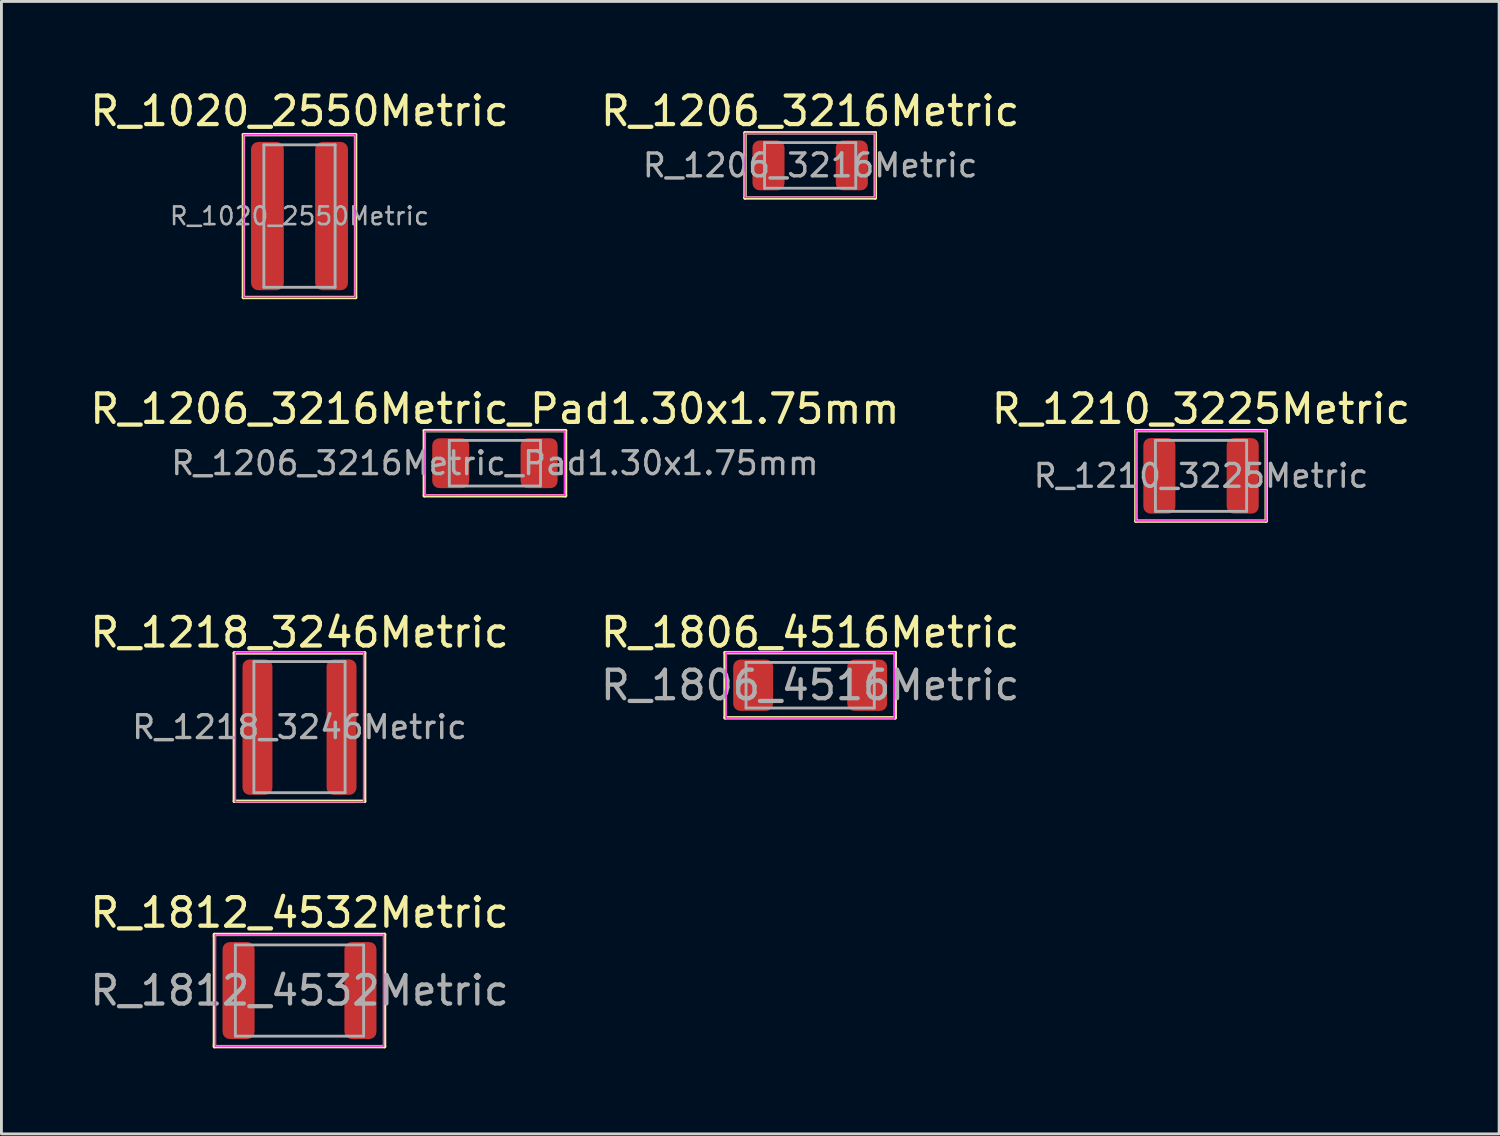
<source format=kicad_pcb>
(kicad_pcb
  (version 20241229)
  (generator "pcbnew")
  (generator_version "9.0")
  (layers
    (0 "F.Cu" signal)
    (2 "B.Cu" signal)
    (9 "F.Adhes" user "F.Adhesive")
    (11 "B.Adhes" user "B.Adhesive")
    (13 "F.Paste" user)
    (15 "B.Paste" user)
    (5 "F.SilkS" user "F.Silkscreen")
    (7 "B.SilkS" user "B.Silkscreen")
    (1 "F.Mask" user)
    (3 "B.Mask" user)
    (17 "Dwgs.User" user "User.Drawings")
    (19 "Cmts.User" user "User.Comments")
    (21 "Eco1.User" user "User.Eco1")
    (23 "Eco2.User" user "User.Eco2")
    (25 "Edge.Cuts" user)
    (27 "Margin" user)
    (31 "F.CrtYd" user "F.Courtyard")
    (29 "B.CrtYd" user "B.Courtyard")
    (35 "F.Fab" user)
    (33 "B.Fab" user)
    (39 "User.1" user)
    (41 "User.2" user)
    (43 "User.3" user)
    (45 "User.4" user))
  (footprint "R_1206_3216Metric"
    (layer "F.Cu")
    (at 25.375 2.753)
    (property "Reference" "R_1206_3216Metric" (at 0 -1.905 0) (layer "F.SilkS") (effects (font (size 1 1) (thickness 0.15))))
    (attr smd)
    (fp_line (start -2.286 -1.143) (end -2.286 1.143) (stroke (width 0.12) (type solid)) (layer "F.SilkS"))
    (fp_line (start -2.286 1.143) (end 2.286 1.143) (stroke (width 0.12) (type solid)) (layer "F.SilkS"))
    (fp_line (start 2.286 -1.143) (end -2.286 -1.143) (stroke (width 0.12) (type solid)) (layer "F.SilkS"))
    (fp_line (start 2.286 1.143) (end 2.286 -1.143) (stroke (width 0.12) (type solid)) (layer "F.SilkS"))
    (fp_line (start -2.28 -1.12) (end 2.28 -1.12) (stroke (width 0.05) (type solid)) (layer "F.CrtYd"))
    (fp_line (start -2.28 1.12) (end -2.28 -1.12) (stroke (width 0.05) (type solid)) (layer "F.CrtYd"))
    (fp_line (start 2.28 -1.12) (end 2.28 1.12) (stroke (width 0.05) (type solid)) (layer "F.CrtYd"))
    (fp_line (start 2.28 1.12) (end -2.28 1.12) (stroke (width 0.05) (type solid)) (layer "F.CrtYd"))
    (fp_line (start -1.6 -0.8) (end 1.6 -0.8) (stroke (width 0.1) (type solid)) (layer "F.Fab"))
    (fp_line (start -1.6 0.8) (end -1.6 -0.8) (stroke (width 0.1) (type solid)) (layer "F.Fab"))
    (fp_line (start 1.6 -0.8) (end 1.6 0.8) (stroke (width 0.1) (type solid)) (layer "F.Fab"))
    (fp_line (start 1.6 0.8) (end -1.6 0.8) (stroke (width 0.1) (type solid)) (layer "F.Fab"))
    (fp_text user "${REFERENCE}" (at 0 0 0) (layer "F.Fab") (effects (font (size 0.8 0.8) (thickness 0.12))))
    (pad "1" smd roundrect (at -1.462 0) (size 1.125 1.75) (layers "F.Cu" "F.Mask" "F.Paste") (roundrect_rratio 0.222))
    (pad "2" smd roundrect (at 1.462 0) (size 1.125 1.75) (layers "F.Cu" "F.Mask" "F.Paste") (roundrect_rratio 0.222)))
  (footprint "R_1218_3246Metric"
    (layer "F.Cu")
    (at 7.458 22.462)
    (property "Reference" "R_1218_3246Metric" (at 0 -3.32 0) (layer "F.SilkS") (effects (font (size 1 1) (thickness 0.15))))
    (attr smd)
    (fp_line (start -2.286 -2.603) (end -2.286 2.603) (stroke (width 0.12) (type solid)) (layer "F.SilkS"))
    (fp_line (start -2.286 2.603) (end 2.286 2.603) (stroke (width 0.12) (type solid)) (layer "F.SilkS"))
    (fp_line (start 2.286 -2.603) (end -2.286 -2.603) (stroke (width 0.12) (type solid)) (layer "F.SilkS"))
    (fp_line (start 2.286 2.603) (end 2.286 -2.603) (stroke (width 0.12) (type solid)) (layer "F.SilkS"))
    (fp_line (start -2.25 -2.62) (end 2.25 -2.62) (stroke (width 0.05) (type solid)) (layer "F.CrtYd"))
    (fp_line (start -2.25 2.62) (end -2.25 -2.62) (stroke (width 0.05) (type solid)) (layer "F.CrtYd"))
    (fp_line (start 2.25 -2.62) (end 2.25 2.62) (stroke (width 0.05) (type solid)) (layer "F.CrtYd"))
    (fp_line (start 2.25 2.62) (end -2.25 2.62) (stroke (width 0.05) (type solid)) (layer "F.CrtYd"))
    (fp_line (start -1.6 -2.3) (end 1.6 -2.3) (stroke (width 0.1) (type solid)) (layer "F.Fab"))
    (fp_line (start -1.6 2.3) (end -1.6 -2.3) (stroke (width 0.1) (type solid)) (layer "F.Fab"))
    (fp_line (start 1.6 -2.3) (end 1.6 2.3) (stroke (width 0.1) (type solid)) (layer "F.Fab"))
    (fp_line (start 1.6 2.3) (end -1.6 2.3) (stroke (width 0.1) (type solid)) (layer "F.Fab"))
    (fp_text user "${REFERENCE}" (at 0 0 0) (layer "F.Fab") (effects (font (size 0.8 0.8) (thickness 0.12))))
    (pad "1" smd roundrect (at -1.475 0) (size 1.05 4.75) (layers "F.Cu" "F.Mask" "F.Paste") (roundrect_rratio 0.238))
    (pad "2" smd roundrect (at 1.475 0) (size 1.05 4.75) (layers "F.Cu" "F.Mask" "F.Paste") (roundrect_rratio 0.238)))
  (footprint "R_1806_4516Metric"
    (layer "F.Cu")
    (at 25.375 20.992)
    (property "Reference" "R_1806_4516Metric" (at 0 -1.85 0) (layer "F.SilkS") (effects (font (size 1 1) (thickness 0.15))))
    (attr smd)
    (fp_line (start -2.985 -1.143) (end -2.985 1.143) (stroke (width 0.12) (type solid)) (layer "F.SilkS"))
    (fp_line (start -2.985 1.143) (end 2.985 1.143) (stroke (width 0.12) (type solid)) (layer "F.SilkS"))
    (fp_line (start 2.985 -1.143) (end -2.985 -1.143) (stroke (width 0.12) (type solid)) (layer "F.SilkS"))
    (fp_line (start 2.985 1.143) (end 2.985 -1.143) (stroke (width 0.12) (type solid)) (layer "F.SilkS"))
    (fp_line (start -2.95 -1.15) (end 2.95 -1.15) (stroke (width 0.05) (type solid)) (layer "F.CrtYd"))
    (fp_line (start -2.95 1.15) (end -2.95 -1.15) (stroke (width 0.05) (type solid)) (layer "F.CrtYd"))
    (fp_line (start 2.95 -1.15) (end 2.95 1.15) (stroke (width 0.05) (type solid)) (layer "F.CrtYd"))
    (fp_line (start 2.95 1.15) (end -2.95 1.15) (stroke (width 0.05) (type solid)) (layer "F.CrtYd"))
    (fp_line (start -2.25 -0.8) (end 2.25 -0.8) (stroke (width 0.1) (type solid)) (layer "F.Fab"))
    (fp_line (start -2.25 0.8) (end -2.25 -0.8) (stroke (width 0.1) (type solid)) (layer "F.Fab"))
    (fp_line (start 2.25 -0.8) (end 2.25 0.8) (stroke (width 0.1) (type solid)) (layer "F.Fab"))
    (fp_line (start 2.25 0.8) (end -2.25 0.8) (stroke (width 0.1) (type solid)) (layer "F.Fab"))
    (fp_text user "${REFERENCE}" (at 0 0 0) (layer "F.Fab") (effects (font (size 1 1) (thickness 0.15))))
    (pad "1" smd roundrect (at -2 0) (size 1.4 1.8) (layers "F.Cu" "F.Mask" "F.Paste") (roundrect_rratio 0.179))
    (pad "2" smd roundrect (at 2 0) (size 1.4 1.8) (layers "F.Cu" "F.Mask" "F.Paste") (roundrect_rratio 0.179)))
  (footprint "R_1020_2550Metric"
    (layer "F.Cu")
    (at 7.458 4.531)
    (property "Reference" "R_1020_2550Metric" (at 0 -3.683 0) (layer "F.SilkS") (effects (font (size 1 1) (thickness 0.15))))
    (attr smd)
    (fp_line (start -1.968 -2.857) (end 1.968 -2.857) (stroke (width 0.12) (type solid)) (layer "F.SilkS"))
    (fp_line (start -1.968 2.857) (end -1.968 -2.857) (stroke (width 0.12) (type solid)) (layer "F.SilkS"))
    (fp_line (start 1.968 -2.857) (end 1.968 2.857) (stroke (width 0.12) (type solid)) (layer "F.SilkS"))
    (fp_line (start 1.968 2.857) (end -1.968 2.857) (stroke (width 0.12) (type solid)) (layer "F.SilkS"))
    (fp_line (start -1.95 -2.85) (end 1.95 -2.85) (stroke (width 0.05) (type solid)) (layer "F.CrtYd"))
    (fp_line (start -1.95 2.85) (end -1.95 -2.85) (stroke (width 0.05) (type solid)) (layer "F.CrtYd"))
    (fp_line (start 1.95 -2.85) (end 1.95 2.85) (stroke (width 0.05) (type solid)) (layer "F.CrtYd"))
    (fp_line (start 1.95 2.85) (end -1.95 2.85) (stroke (width 0.05) (type solid)) (layer "F.CrtYd"))
    (fp_line (start -1.25 -2.5) (end 1.25 -2.5) (stroke (width 0.1) (type solid)) (layer "F.Fab"))
    (fp_line (start -1.25 2.5) (end -1.25 -2.5) (stroke (width 0.1) (type solid)) (layer "F.Fab"))
    (fp_line (start 1.25 -2.5) (end 1.25 2.5) (stroke (width 0.1) (type solid)) (layer "F.Fab"))
    (fp_line (start 1.25 2.5) (end -1.25 2.5) (stroke (width 0.1) (type solid)) (layer "F.Fab"))
    (fp_text user "${REFERENCE}" (at 0 0 0) (layer "F.Fab") (effects (font (size 0.62 0.62) (thickness 0.09))))
    (pad "1" smd roundrect (at -1.125 0) (size 1.15 5.2) (layers "F.Cu" "F.Mask" "F.Paste") (roundrect_rratio 0.217))
    (pad "2" smd roundrect (at 1.125 0) (size 1.15 5.2) (layers "F.Cu" "F.Mask" "F.Paste") (roundrect_rratio 0.217)))
  (footprint "R_1812_4532Metric"
    (layer "F.Cu")
    (at 7.458 31.704)
    (property "Reference" "R_1812_4532Metric" (at 0 -2.731 0) (layer "F.SilkS") (effects (font (size 1 1) (thickness 0.15))))
    (attr smd)
    (fp_line (start -2.985 -1.968) (end -2.985 -1.905) (stroke (width 0.12) (type solid)) (layer "F.SilkS"))
    (fp_line (start -2.985 -1.905) (end -2.985 1.905) (stroke (width 0.12) (type solid)) (layer "F.SilkS"))
    (fp_line (start -2.985 1.905) (end -2.985 1.968) (stroke (width 0.12) (type solid)) (layer "F.SilkS"))
    (fp_line (start -2.985 1.968) (end 2.985 1.968) (stroke (width 0.12) (type solid)) (layer "F.SilkS"))
    (fp_line (start 2.985 -1.968) (end -2.985 -1.968) (stroke (width 0.12) (type solid)) (layer "F.SilkS"))
    (fp_line (start 2.985 1.968) (end 2.985 -1.968) (stroke (width 0.12) (type solid)) (layer "F.SilkS"))
    (fp_line (start -2.95 -1.95) (end 2.95 -1.95) (stroke (width 0.05) (type solid)) (layer "F.CrtYd"))
    (fp_line (start -2.95 1.95) (end -2.95 -1.95) (stroke (width 0.05) (type solid)) (layer "F.CrtYd"))
    (fp_line (start 2.95 -1.95) (end 2.95 1.95) (stroke (width 0.05) (type solid)) (layer "F.CrtYd"))
    (fp_line (start 2.95 1.95) (end -2.95 1.95) (stroke (width 0.05) (type solid)) (layer "F.CrtYd"))
    (fp_line (start -2.25 -1.6) (end 2.25 -1.6) (stroke (width 0.1) (type solid)) (layer "F.Fab"))
    (fp_line (start -2.25 1.6) (end -2.25 -1.6) (stroke (width 0.1) (type solid)) (layer "F.Fab"))
    (fp_line (start 2.25 -1.6) (end 2.25 1.6) (stroke (width 0.1) (type solid)) (layer "F.Fab"))
    (fp_line (start 2.25 1.6) (end -2.25 1.6) (stroke (width 0.1) (type solid)) (layer "F.Fab"))
    (fp_text user "${REFERENCE}" (at 0 0 0) (layer "F.Fab") (effects (font (size 1 1) (thickness 0.15))))
    (pad "1" smd roundrect (at -2.138 0) (size 1.125 3.4) (layers "F.Cu" "F.Mask" "F.Paste") (roundrect_rratio 0.222))
    (pad "2" smd roundrect (at 2.138 0) (size 1.125 3.4) (layers "F.Cu" "F.Mask" "F.Paste") (roundrect_rratio 0.222)))
  (footprint "R_1206_3216Metric_Pad1.30x1.75mm"
    (layer "F.Cu")
    (at 14.315 13.202)
    (property "Reference" "R_1206_3216Metric_Pad1.30x1.75mm" (at 0 -1.905 0) (layer "F.SilkS") (effects (font (size 1 1) (thickness 0.15))))
    (attr smd)
    (fp_line (start -2.477 -1.143) (end -2.477 1.143) (stroke (width 0.12) (type solid)) (layer "F.SilkS"))
    (fp_line (start -2.477 1.143) (end 2.477 1.143) (stroke (width 0.12) (type solid)) (layer "F.SilkS"))
    (fp_line (start 2.477 -1.143) (end -2.477 -1.143) (stroke (width 0.12) (type solid)) (layer "F.SilkS"))
    (fp_line (start 2.477 1.143) (end 2.477 -1.143) (stroke (width 0.12) (type solid)) (layer "F.SilkS"))
    (fp_line (start -2.45 -1.12) (end 2.45 -1.12) (stroke (width 0.05) (type solid)) (layer "F.CrtYd"))
    (fp_line (start -2.45 1.12) (end -2.45 -1.12) (stroke (width 0.05) (type solid)) (layer "F.CrtYd"))
    (fp_line (start 2.45 -1.12) (end 2.45 1.12) (stroke (width 0.05) (type solid)) (layer "F.CrtYd"))
    (fp_line (start 2.45 1.12) (end -2.45 1.12) (stroke (width 0.05) (type solid)) (layer "F.CrtYd"))
    (fp_line (start -1.6 -0.8) (end 1.6 -0.8) (stroke (width 0.1) (type solid)) (layer "F.Fab"))
    (fp_line (start -1.6 0.8) (end -1.6 -0.8) (stroke (width 0.1) (type solid)) (layer "F.Fab"))
    (fp_line (start 1.6 -0.8) (end 1.6 0.8) (stroke (width 0.1) (type solid)) (layer "F.Fab"))
    (fp_line (start 1.6 0.8) (end -1.6 0.8) (stroke (width 0.1) (type solid)) (layer "F.Fab"))
    (fp_text user "${REFERENCE}" (at 0 0 0) (layer "F.Fab") (effects (font (size 0.8 0.8) (thickness 0.12))))
    (pad "1" smd roundrect (at -1.55 0) (size 1.3 1.75) (layers "F.Cu" "F.Mask" "F.Paste") (roundrect_rratio 0.192))
    (pad "2" smd roundrect (at 1.55 0) (size 1.3 1.75) (layers "F.Cu" "F.Mask" "F.Paste") (roundrect_rratio 0.192)))
  (footprint "R_1210_3225Metric"
    (layer "F.Cu")
    (at 39.089 13.646)
    (property "Reference" "R_1210_3225Metric" (at 0 -2.349 0) (layer "F.SilkS") (effects (font (size 1 1) (thickness 0.15))))
    (attr smd)
    (fp_line (start -2.286 -1.587) (end -2.286 1.587) (stroke (width 0.12) (type solid)) (layer "F.SilkS"))
    (fp_line (start -2.286 1.587) (end 2.286 1.587) (stroke (width 0.12) (type solid)) (layer "F.SilkS"))
    (fp_line (start 2.286 -1.587) (end -2.286 -1.587) (stroke (width 0.12) (type solid)) (layer "F.SilkS"))
    (fp_line (start 2.286 1.587) (end 2.286 -1.587) (stroke (width 0.12) (type solid)) (layer "F.SilkS"))
    (fp_line (start -2.28 -1.58) (end 2.28 -1.58) (stroke (width 0.05) (type solid)) (layer "F.CrtYd"))
    (fp_line (start -2.28 1.58) (end -2.28 -1.58) (stroke (width 0.05) (type solid)) (layer "F.CrtYd"))
    (fp_line (start 2.28 -1.58) (end 2.28 1.58) (stroke (width 0.05) (type solid)) (layer "F.CrtYd"))
    (fp_line (start 2.28 1.58) (end -2.28 1.58) (stroke (width 0.05) (type solid)) (layer "F.CrtYd"))
    (fp_line (start -1.6 -1.245) (end 1.6 -1.245) (stroke (width 0.1) (type solid)) (layer "F.Fab"))
    (fp_line (start -1.6 1.245) (end -1.6 -1.245) (stroke (width 0.1) (type solid)) (layer "F.Fab"))
    (fp_line (start 1.6 -1.245) (end 1.6 1.245) (stroke (width 0.1) (type solid)) (layer "F.Fab"))
    (fp_line (start 1.6 1.245) (end -1.6 1.245) (stroke (width 0.1) (type solid)) (layer "F.Fab"))
    (fp_text user "${REFERENCE}" (at 0 0 0) (layer "F.Fab") (effects (font (size 0.8 0.8) (thickness 0.12))))
    (pad "1" smd roundrect (at -1.462 0) (size 1.125 2.65) (layers "F.Cu" "F.Mask" "F.Paste") (roundrect_rratio 0.222))
    (pad "2" smd roundrect (at 1.462 0) (size 1.125 2.65) (layers "F.Cu" "F.Mask" "F.Paste") (roundrect_rratio 0.222)))
  (gr_rect
    (start -3 -3)
    (end 49.548 36.733)
    (stroke (width 0.1) (type default))
    (fill no)
    (layer "Edge.Cuts")))
</source>
